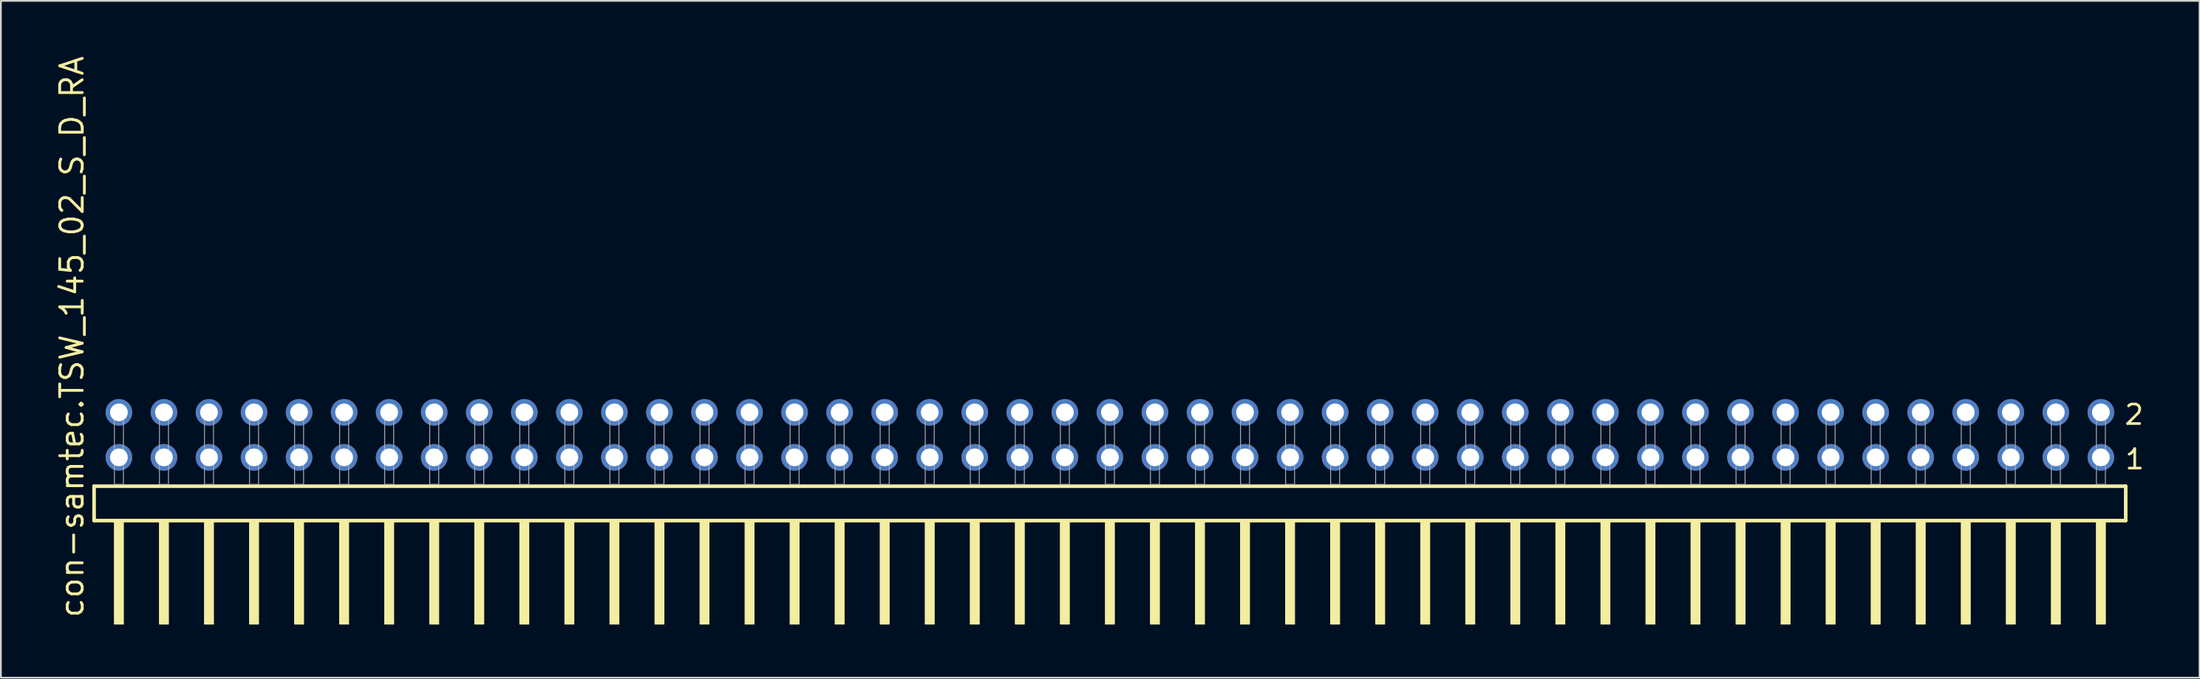
<source format=kicad_pcb>
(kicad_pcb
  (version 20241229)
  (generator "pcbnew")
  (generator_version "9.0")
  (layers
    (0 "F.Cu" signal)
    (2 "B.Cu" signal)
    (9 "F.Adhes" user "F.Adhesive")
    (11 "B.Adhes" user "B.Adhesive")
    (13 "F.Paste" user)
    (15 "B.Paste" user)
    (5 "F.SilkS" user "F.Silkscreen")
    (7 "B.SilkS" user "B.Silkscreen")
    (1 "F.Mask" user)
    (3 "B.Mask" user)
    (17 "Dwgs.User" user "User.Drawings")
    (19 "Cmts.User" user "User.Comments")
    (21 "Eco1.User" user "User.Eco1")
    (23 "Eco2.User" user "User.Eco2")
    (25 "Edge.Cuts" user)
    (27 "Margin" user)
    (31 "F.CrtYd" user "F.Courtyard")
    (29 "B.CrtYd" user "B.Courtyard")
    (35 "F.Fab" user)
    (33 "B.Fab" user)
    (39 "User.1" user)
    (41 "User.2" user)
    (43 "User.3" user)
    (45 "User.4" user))
  (footprint "con-samtec.TSW_145_02_S_D_RA"
    (layer "F.Cu")
    (at 59.535 24.296)
    (property "Reference" "con-samtec.TSW_145_02_S_D_RA" (at -57.785 7.62 90) (layer "F.SilkS") (effects (font (size 1.27 1.27) (thickness 0.16)) (justify left bottom)))
    (attr through_hole)
    (fp_line (start -57.279 0.106) (end -57.279 2.046) (stroke (width 0.203) (type default)) (layer "F.SilkS"))
    (fp_line (start -57.279 2.046) (end 57.279 2.046) (stroke (width 0.203) (type default)) (layer "F.SilkS"))
    (fp_line (start 57.279 0.106) (end -57.279 0.106) (stroke (width 0.203) (type default)) (layer "F.SilkS"))
    (fp_line (start 57.279 2.046) (end 57.279 0.106) (stroke (width 0.203) (type default)) (layer "F.SilkS"))
    (fp_rect (start -56.134 7.89) (end -55.626 2.04) (stroke (width 0.05) (type default)) (fill yes) (layer "F.SilkS"))
    (fp_rect (start -53.594 7.89) (end -53.086 2.04) (stroke (width 0.05) (type default)) (fill yes) (layer "F.SilkS"))
    (fp_rect (start -51.054 7.89) (end -50.546 2.04) (stroke (width 0.05) (type default)) (fill yes) (layer "F.SilkS"))
    (fp_rect (start -48.514 7.89) (end -48.006 2.04) (stroke (width 0.05) (type default)) (fill yes) (layer "F.SilkS"))
    (fp_rect (start -45.974 7.89) (end -45.466 2.04) (stroke (width 0.05) (type default)) (fill yes) (layer "F.SilkS"))
    (fp_rect (start -43.434 7.89) (end -42.926 2.04) (stroke (width 0.05) (type default)) (fill yes) (layer "F.SilkS"))
    (fp_rect (start -40.894 7.89) (end -40.386 2.04) (stroke (width 0.05) (type default)) (fill yes) (layer "F.SilkS"))
    (fp_rect (start -38.354 7.89) (end -37.846 2.04) (stroke (width 0.05) (type default)) (fill yes) (layer "F.SilkS"))
    (fp_rect (start -35.814 7.89) (end -35.306 2.04) (stroke (width 0.05) (type default)) (fill yes) (layer "F.SilkS"))
    (fp_rect (start -33.274 7.89) (end -32.766 2.04) (stroke (width 0.05) (type default)) (fill yes) (layer "F.SilkS"))
    (fp_rect (start -30.734 7.89) (end -30.226 2.04) (stroke (width 0.05) (type default)) (fill yes) (layer "F.SilkS"))
    (fp_rect (start -28.194 7.89) (end -27.686 2.04) (stroke (width 0.05) (type default)) (fill yes) (layer "F.SilkS"))
    (fp_rect (start -25.654 7.89) (end -25.146 2.04) (stroke (width 0.05) (type default)) (fill yes) (layer "F.SilkS"))
    (fp_rect (start -23.114 7.89) (end -22.606 2.04) (stroke (width 0.05) (type default)) (fill yes) (layer "F.SilkS"))
    (fp_rect (start -20.574 7.89) (end -20.066 2.04) (stroke (width 0.05) (type default)) (fill yes) (layer "F.SilkS"))
    (fp_rect (start -18.034 7.89) (end -17.526 2.04) (stroke (width 0.05) (type default)) (fill yes) (layer "F.SilkS"))
    (fp_rect (start -15.494 7.89) (end -14.986 2.04) (stroke (width 0.05) (type default)) (fill yes) (layer "F.SilkS"))
    (fp_rect (start -12.954 7.89) (end -12.446 2.04) (stroke (width 0.05) (type default)) (fill yes) (layer "F.SilkS"))
    (fp_rect (start -10.414 7.89) (end -9.906 2.04) (stroke (width 0.05) (type default)) (fill yes) (layer "F.SilkS"))
    (fp_rect (start -7.874 7.89) (end -7.366 2.04) (stroke (width 0.05) (type default)) (fill yes) (layer "F.SilkS"))
    (fp_rect (start -5.334 7.89) (end -4.826 2.04) (stroke (width 0.05) (type default)) (fill yes) (layer "F.SilkS"))
    (fp_rect (start -2.794 7.89) (end -2.286 2.04) (stroke (width 0.05) (type default)) (fill yes) (layer "F.SilkS"))
    (fp_rect (start -0.254 7.89) (end 0.254 2.04) (stroke (width 0.05) (type default)) (fill yes) (layer "F.SilkS"))
    (fp_rect (start 2.286 7.89) (end 2.794 2.04) (stroke (width 0.05) (type default)) (fill yes) (layer "F.SilkS"))
    (fp_rect (start 4.826 7.89) (end 5.334 2.04) (stroke (width 0.05) (type default)) (fill yes) (layer "F.SilkS"))
    (fp_rect (start 7.366 7.89) (end 7.874 2.04) (stroke (width 0.05) (type default)) (fill yes) (layer "F.SilkS"))
    (fp_rect (start 9.906 7.89) (end 10.414 2.04) (stroke (width 0.05) (type default)) (fill yes) (layer "F.SilkS"))
    (fp_rect (start 12.446 7.89) (end 12.954 2.04) (stroke (width 0.05) (type default)) (fill yes) (layer "F.SilkS"))
    (fp_rect (start 14.986 7.89) (end 15.494 2.04) (stroke (width 0.05) (type default)) (fill yes) (layer "F.SilkS"))
    (fp_rect (start 17.526 7.89) (end 18.034 2.04) (stroke (width 0.05) (type default)) (fill yes) (layer "F.SilkS"))
    (fp_rect (start 20.066 7.89) (end 20.574 2.04) (stroke (width 0.05) (type default)) (fill yes) (layer "F.SilkS"))
    (fp_rect (start 22.606 7.89) (end 23.114 2.04) (stroke (width 0.05) (type default)) (fill yes) (layer "F.SilkS"))
    (fp_rect (start 25.146 7.89) (end 25.654 2.04) (stroke (width 0.05) (type default)) (fill yes) (layer "F.SilkS"))
    (fp_rect (start 27.686 7.89) (end 28.194 2.04) (stroke (width 0.05) (type default)) (fill yes) (layer "F.SilkS"))
    (fp_rect (start 30.226 7.89) (end 30.734 2.04) (stroke (width 0.05) (type default)) (fill yes) (layer "F.SilkS"))
    (fp_rect (start 32.766 7.89) (end 33.274 2.04) (stroke (width 0.05) (type default)) (fill yes) (layer "F.SilkS"))
    (fp_rect (start 35.306 7.89) (end 35.814 2.04) (stroke (width 0.05) (type default)) (fill yes) (layer "F.SilkS"))
    (fp_rect (start 37.846 7.89) (end 38.354 2.04) (stroke (width 0.05) (type default)) (fill yes) (layer "F.SilkS"))
    (fp_rect (start 40.386 7.89) (end 40.894 2.04) (stroke (width 0.05) (type default)) (fill yes) (layer "F.SilkS"))
    (fp_rect (start 42.926 7.89) (end 43.434 2.04) (stroke (width 0.05) (type default)) (fill yes) (layer "F.SilkS"))
    (fp_rect (start 45.466 7.89) (end 45.974 2.04) (stroke (width 0.05) (type default)) (fill yes) (layer "F.SilkS"))
    (fp_rect (start 48.006 7.89) (end 48.514 2.04) (stroke (width 0.05) (type default)) (fill yes) (layer "F.SilkS"))
    (fp_rect (start 50.546 7.89) (end 51.054 2.04) (stroke (width 0.05) (type default)) (fill yes) (layer "F.SilkS"))
    (fp_rect (start 53.086 7.89) (end 53.594 2.04) (stroke (width 0.05) (type default)) (fill yes) (layer "F.SilkS"))
    (fp_rect (start 55.626 7.89) (end 56.134 2.04) (stroke (width 0.05) (type default)) (fill yes) (layer "F.SilkS"))
    (fp_rect (start -56.134 0) (end -55.626 -4.318) (stroke (width 0.05) (type default)) (fill no) (layer "F.Fab"))
    (fp_rect (start -53.594 0) (end -53.086 -4.318) (stroke (width 0.05) (type default)) (fill no) (layer "F.Fab"))
    (fp_rect (start -51.054 0) (end -50.546 -4.318) (stroke (width 0.05) (type default)) (fill no) (layer "F.Fab"))
    (fp_rect (start -48.514 0) (end -48.006 -4.318) (stroke (width 0.05) (type default)) (fill no) (layer "F.Fab"))
    (fp_rect (start -45.974 0) (end -45.466 -4.318) (stroke (width 0.05) (type default)) (fill no) (layer "F.Fab"))
    (fp_rect (start -43.434 0) (end -42.926 -4.318) (stroke (width 0.05) (type default)) (fill no) (layer "F.Fab"))
    (fp_rect (start -40.894 0) (end -40.386 -4.318) (stroke (width 0.05) (type default)) (fill no) (layer "F.Fab"))
    (fp_rect (start -38.354 0) (end -37.846 -4.318) (stroke (width 0.05) (type default)) (fill no) (layer "F.Fab"))
    (fp_rect (start -35.814 0) (end -35.306 -4.318) (stroke (width 0.05) (type default)) (fill no) (layer "F.Fab"))
    (fp_rect (start -33.274 0) (end -32.766 -4.318) (stroke (width 0.05) (type default)) (fill no) (layer "F.Fab"))
    (fp_rect (start -30.734 0) (end -30.226 -4.318) (stroke (width 0.05) (type default)) (fill no) (layer "F.Fab"))
    (fp_rect (start -28.194 0) (end -27.686 -4.318) (stroke (width 0.05) (type default)) (fill no) (layer "F.Fab"))
    (fp_rect (start -25.654 0) (end -25.146 -4.318) (stroke (width 0.05) (type default)) (fill no) (layer "F.Fab"))
    (fp_rect (start -23.114 0) (end -22.606 -4.318) (stroke (width 0.05) (type default)) (fill no) (layer "F.Fab"))
    (fp_rect (start -20.574 0) (end -20.066 -4.318) (stroke (width 0.05) (type default)) (fill no) (layer "F.Fab"))
    (fp_rect (start -18.034 0) (end -17.526 -4.318) (stroke (width 0.05) (type default)) (fill no) (layer "F.Fab"))
    (fp_rect (start -15.494 0) (end -14.986 -4.318) (stroke (width 0.05) (type default)) (fill no) (layer "F.Fab"))
    (fp_rect (start -12.954 0) (end -12.446 -4.318) (stroke (width 0.05) (type default)) (fill no) (layer "F.Fab"))
    (fp_rect (start -10.414 0) (end -9.906 -4.318) (stroke (width 0.05) (type default)) (fill no) (layer "F.Fab"))
    (fp_rect (start -7.874 0) (end -7.366 -4.318) (stroke (width 0.05) (type default)) (fill no) (layer "F.Fab"))
    (fp_rect (start -5.334 0) (end -4.826 -4.318) (stroke (width 0.05) (type default)) (fill no) (layer "F.Fab"))
    (fp_rect (start -2.794 0) (end -2.286 -4.318) (stroke (width 0.05) (type default)) (fill no) (layer "F.Fab"))
    (fp_rect (start -0.254 0) (end 0.254 -4.318) (stroke (width 0.05) (type default)) (fill no) (layer "F.Fab"))
    (fp_rect (start 2.286 0) (end 2.794 -4.318) (stroke (width 0.05) (type default)) (fill no) (layer "F.Fab"))
    (fp_rect (start 4.826 0) (end 5.334 -4.318) (stroke (width 0.05) (type default)) (fill no) (layer "F.Fab"))
    (fp_rect (start 7.366 0) (end 7.874 -4.318) (stroke (width 0.05) (type default)) (fill no) (layer "F.Fab"))
    (fp_rect (start 9.906 0) (end 10.414 -4.318) (stroke (width 0.05) (type default)) (fill no) (layer "F.Fab"))
    (fp_rect (start 12.446 0) (end 12.954 -4.318) (stroke (width 0.05) (type default)) (fill no) (layer "F.Fab"))
    (fp_rect (start 14.986 0) (end 15.494 -4.318) (stroke (width 0.05) (type default)) (fill no) (layer "F.Fab"))
    (fp_rect (start 17.526 0) (end 18.034 -4.318) (stroke (width 0.05) (type default)) (fill no) (layer "F.Fab"))
    (fp_rect (start 20.066 0) (end 20.574 -4.318) (stroke (width 0.05) (type default)) (fill no) (layer "F.Fab"))
    (fp_rect (start 22.606 0) (end 23.114 -4.318) (stroke (width 0.05) (type default)) (fill no) (layer "F.Fab"))
    (fp_rect (start 25.146 0) (end 25.654 -4.318) (stroke (width 0.05) (type default)) (fill no) (layer "F.Fab"))
    (fp_rect (start 27.686 0) (end 28.194 -4.318) (stroke (width 0.05) (type default)) (fill no) (layer "F.Fab"))
    (fp_rect (start 30.226 0) (end 30.734 -4.318) (stroke (width 0.05) (type default)) (fill no) (layer "F.Fab"))
    (fp_rect (start 32.766 0) (end 33.274 -4.318) (stroke (width 0.05) (type default)) (fill no) (layer "F.Fab"))
    (fp_rect (start 35.306 0) (end 35.814 -4.318) (stroke (width 0.05) (type default)) (fill no) (layer "F.Fab"))
    (fp_rect (start 37.846 0) (end 38.354 -4.318) (stroke (width 0.05) (type default)) (fill no) (layer "F.Fab"))
    (fp_rect (start 40.386 0) (end 40.894 -4.318) (stroke (width 0.05) (type default)) (fill no) (layer "F.Fab"))
    (fp_rect (start 42.926 0) (end 43.434 -4.318) (stroke (width 0.05) (type default)) (fill no) (layer "F.Fab"))
    (fp_rect (start 45.466 0) (end 45.974 -4.318) (stroke (width 0.05) (type default)) (fill no) (layer "F.Fab"))
    (fp_rect (start 48.006 0) (end 48.514 -4.318) (stroke (width 0.05) (type default)) (fill no) (layer "F.Fab"))
    (fp_rect (start 50.546 0) (end 51.054 -4.318) (stroke (width 0.05) (type default)) (fill no) (layer "F.Fab"))
    (fp_rect (start 53.086 0) (end 53.594 -4.318) (stroke (width 0.05) (type default)) (fill no) (layer "F.Fab"))
    (fp_rect (start 55.626 0) (end 56.134 -4.318) (stroke (width 0.05) (type default)) (fill no) (layer "F.Fab"))
    (fp_text user "2" (at 57.13 -3.29 0) (layer "F.SilkS") (effects (font (size 1.1 1.1) (thickness 0.15)) (justify left bottom)))
    (fp_text user "1" (at 57.165 -0.775 0) (layer "F.SilkS") (effects (font (size 1.1 1.1) (thickness 0.15)) (justify left bottom)))
    (pad "1" thru_hole circle (at 55.88 -1.524 180) (size 1.5 1.5) (drill 1) (layers "*.Cu" "*.Mask"))
    (pad "2" thru_hole circle (at 55.88 -4.064 180) (size 1.5 1.5) (drill 1) (layers "*.Cu" "*.Mask"))
    (pad "3" thru_hole circle (at 53.34 -1.524 180) (size 1.5 1.5) (drill 1) (layers "*.Cu" "*.Mask"))
    (pad "4" thru_hole circle (at 53.34 -4.064 180) (size 1.5 1.5) (drill 1) (layers "*.Cu" "*.Mask"))
    (pad "5" thru_hole circle (at 50.8 -1.524 180) (size 1.5 1.5) (drill 1) (layers "*.Cu" "*.Mask"))
    (pad "6" thru_hole circle (at 50.8 -4.064 180) (size 1.5 1.5) (drill 1) (layers "*.Cu" "*.Mask"))
    (pad "7" thru_hole circle (at 48.26 -1.524 180) (size 1.5 1.5) (drill 1) (layers "*.Cu" "*.Mask"))
    (pad "8" thru_hole circle (at 48.26 -4.064 180) (size 1.5 1.5) (drill 1) (layers "*.Cu" "*.Mask"))
    (pad "9" thru_hole circle (at 45.72 -1.524 180) (size 1.5 1.5) (drill 1) (layers "*.Cu" "*.Mask"))
    (pad "10" thru_hole circle (at 45.72 -4.064 180) (size 1.5 1.5) (drill 1) (layers "*.Cu" "*.Mask"))
    (pad "11" thru_hole circle (at 43.18 -1.524 180) (size 1.5 1.5) (drill 1) (layers "*.Cu" "*.Mask"))
    (pad "12" thru_hole circle (at 43.18 -4.064 180) (size 1.5 1.5) (drill 1) (layers "*.Cu" "*.Mask"))
    (pad "13" thru_hole circle (at 40.64 -1.524 180) (size 1.5 1.5) (drill 1) (layers "*.Cu" "*.Mask"))
    (pad "14" thru_hole circle (at 40.64 -4.064 180) (size 1.5 1.5) (drill 1) (layers "*.Cu" "*.Mask"))
    (pad "15" thru_hole circle (at 38.1 -1.524 180) (size 1.5 1.5) (drill 1) (layers "*.Cu" "*.Mask"))
    (pad "16" thru_hole circle (at 38.1 -4.064 180) (size 1.5 1.5) (drill 1) (layers "*.Cu" "*.Mask"))
    (pad "17" thru_hole circle (at 35.56 -1.524 180) (size 1.5 1.5) (drill 1) (layers "*.Cu" "*.Mask"))
    (pad "18" thru_hole circle (at 35.56 -4.064 180) (size 1.5 1.5) (drill 1) (layers "*.Cu" "*.Mask"))
    (pad "19" thru_hole circle (at 33.02 -1.524 180) (size 1.5 1.5) (drill 1) (layers "*.Cu" "*.Mask"))
    (pad "20" thru_hole circle (at 33.02 -4.064 180) (size 1.5 1.5) (drill 1) (layers "*.Cu" "*.Mask"))
    (pad "21" thru_hole circle (at 30.48 -1.524 180) (size 1.5 1.5) (drill 1) (layers "*.Cu" "*.Mask"))
    (pad "22" thru_hole circle (at 30.48 -4.064 180) (size 1.5 1.5) (drill 1) (layers "*.Cu" "*.Mask"))
    (pad "23" thru_hole circle (at 27.94 -1.524 180) (size 1.5 1.5) (drill 1) (layers "*.Cu" "*.Mask"))
    (pad "24" thru_hole circle (at 27.94 -4.064 180) (size 1.5 1.5) (drill 1) (layers "*.Cu" "*.Mask"))
    (pad "25" thru_hole circle (at 25.4 -1.524 180) (size 1.5 1.5) (drill 1) (layers "*.Cu" "*.Mask"))
    (pad "26" thru_hole circle (at 25.4 -4.064 180) (size 1.5 1.5) (drill 1) (layers "*.Cu" "*.Mask"))
    (pad "27" thru_hole circle (at 22.86 -1.524 180) (size 1.5 1.5) (drill 1) (layers "*.Cu" "*.Mask"))
    (pad "28" thru_hole circle (at 22.86 -4.064 180) (size 1.5 1.5) (drill 1) (layers "*.Cu" "*.Mask"))
    (pad "29" thru_hole circle (at 20.32 -1.524 180) (size 1.5 1.5) (drill 1) (layers "*.Cu" "*.Mask"))
    (pad "30" thru_hole circle (at 20.32 -4.064 180) (size 1.5 1.5) (drill 1) (layers "*.Cu" "*.Mask"))
    (pad "31" thru_hole circle (at 17.78 -1.524 180) (size 1.5 1.5) (drill 1) (layers "*.Cu" "*.Mask"))
    (pad "32" thru_hole circle (at 17.78 -4.064 180) (size 1.5 1.5) (drill 1) (layers "*.Cu" "*.Mask"))
    (pad "33" thru_hole circle (at 15.24 -1.524 180) (size 1.5 1.5) (drill 1) (layers "*.Cu" "*.Mask"))
    (pad "34" thru_hole circle (at 15.24 -4.064 180) (size 1.5 1.5) (drill 1) (layers "*.Cu" "*.Mask"))
    (pad "35" thru_hole circle (at 12.7 -1.524 180) (size 1.5 1.5) (drill 1) (layers "*.Cu" "*.Mask"))
    (pad "36" thru_hole circle (at 12.7 -4.064 180) (size 1.5 1.5) (drill 1) (layers "*.Cu" "*.Mask"))
    (pad "37" thru_hole circle (at 10.16 -1.524 180) (size 1.5 1.5) (drill 1) (layers "*.Cu" "*.Mask"))
    (pad "38" thru_hole circle (at 10.16 -4.064 180) (size 1.5 1.5) (drill 1) (layers "*.Cu" "*.Mask"))
    (pad "39" thru_hole circle (at 7.62 -1.524 180) (size 1.5 1.5) (drill 1) (layers "*.Cu" "*.Mask"))
    (pad "40" thru_hole circle (at 7.62 -4.064 180) (size 1.5 1.5) (drill 1) (layers "*.Cu" "*.Mask"))
    (pad "41" thru_hole circle (at 5.08 -1.524 180) (size 1.5 1.5) (drill 1) (layers "*.Cu" "*.Mask"))
    (pad "42" thru_hole circle (at 5.08 -4.064 180) (size 1.5 1.5) (drill 1) (layers "*.Cu" "*.Mask"))
    (pad "43" thru_hole circle (at 2.54 -1.524 180) (size 1.5 1.5) (drill 1) (layers "*.Cu" "*.Mask"))
    (pad "44" thru_hole circle (at 2.54 -4.064 180) (size 1.5 1.5) (drill 1) (layers "*.Cu" "*.Mask"))
    (pad "45" thru_hole circle (at 0 -1.524 180) (size 1.5 1.5) (drill 1) (layers "*.Cu" "*.Mask"))
    (pad "46" thru_hole circle (at 0 -4.064 180) (size 1.5 1.5) (drill 1) (layers "*.Cu" "*.Mask"))
    (pad "47" thru_hole circle (at -2.54 -1.524 180) (size 1.5 1.5) (drill 1) (layers "*.Cu" "*.Mask"))
    (pad "48" thru_hole circle (at -2.54 -4.064 180) (size 1.5 1.5) (drill 1) (layers "*.Cu" "*.Mask"))
    (pad "49" thru_hole circle (at -5.08 -1.524 180) (size 1.5 1.5) (drill 1) (layers "*.Cu" "*.Mask"))
    (pad "50" thru_hole circle (at -5.08 -4.064 180) (size 1.5 1.5) (drill 1) (layers "*.Cu" "*.Mask"))
    (pad "51" thru_hole circle (at -7.62 -1.524 180) (size 1.5 1.5) (drill 1) (layers "*.Cu" "*.Mask"))
    (pad "52" thru_hole circle (at -7.62 -4.064 180) (size 1.5 1.5) (drill 1) (layers "*.Cu" "*.Mask"))
    (pad "53" thru_hole circle (at -10.16 -1.524 180) (size 1.5 1.5) (drill 1) (layers "*.Cu" "*.Mask"))
    (pad "54" thru_hole circle (at -10.16 -4.064 180) (size 1.5 1.5) (drill 1) (layers "*.Cu" "*.Mask"))
    (pad "55" thru_hole circle (at -12.7 -1.524 180) (size 1.5 1.5) (drill 1) (layers "*.Cu" "*.Mask"))
    (pad "56" thru_hole circle (at -12.7 -4.064 180) (size 1.5 1.5) (drill 1) (layers "*.Cu" "*.Mask"))
    (pad "57" thru_hole circle (at -15.24 -1.524 180) (size 1.5 1.5) (drill 1) (layers "*.Cu" "*.Mask"))
    (pad "58" thru_hole circle (at -15.24 -4.064 180) (size 1.5 1.5) (drill 1) (layers "*.Cu" "*.Mask"))
    (pad "59" thru_hole circle (at -17.78 -1.524 180) (size 1.5 1.5) (drill 1) (layers "*.Cu" "*.Mask"))
    (pad "60" thru_hole circle (at -17.78 -4.064 180) (size 1.5 1.5) (drill 1) (layers "*.Cu" "*.Mask"))
    (pad "61" thru_hole circle (at -20.32 -1.524 180) (size 1.5 1.5) (drill 1) (layers "*.Cu" "*.Mask"))
    (pad "62" thru_hole circle (at -20.32 -4.064 180) (size 1.5 1.5) (drill 1) (layers "*.Cu" "*.Mask"))
    (pad "63" thru_hole circle (at -22.86 -1.524 180) (size 1.5 1.5) (drill 1) (layers "*.Cu" "*.Mask"))
    (pad "64" thru_hole circle (at -22.86 -4.064 180) (size 1.5 1.5) (drill 1) (layers "*.Cu" "*.Mask"))
    (pad "65" thru_hole circle (at -25.4 -1.524 180) (size 1.5 1.5) (drill 1) (layers "*.Cu" "*.Mask"))
    (pad "66" thru_hole circle (at -25.4 -4.064 180) (size 1.5 1.5) (drill 1) (layers "*.Cu" "*.Mask"))
    (pad "67" thru_hole circle (at -27.94 -1.524 180) (size 1.5 1.5) (drill 1) (layers "*.Cu" "*.Mask"))
    (pad "68" thru_hole circle (at -27.94 -4.064 180) (size 1.5 1.5) (drill 1) (layers "*.Cu" "*.Mask"))
    (pad "69" thru_hole circle (at -30.48 -1.524 180) (size 1.5 1.5) (drill 1) (layers "*.Cu" "*.Mask"))
    (pad "70" thru_hole circle (at -30.48 -4.064 180) (size 1.5 1.5) (drill 1) (layers "*.Cu" "*.Mask"))
    (pad "71" thru_hole circle (at -33.02 -1.524 180) (size 1.5 1.5) (drill 1) (layers "*.Cu" "*.Mask"))
    (pad "72" thru_hole circle (at -33.02 -4.064 180) (size 1.5 1.5) (drill 1) (layers "*.Cu" "*.Mask"))
    (pad "73" thru_hole circle (at -35.56 -1.524 180) (size 1.5 1.5) (drill 1) (layers "*.Cu" "*.Mask"))
    (pad "74" thru_hole circle (at -35.56 -4.064 180) (size 1.5 1.5) (drill 1) (layers "*.Cu" "*.Mask"))
    (pad "75" thru_hole circle (at -38.1 -1.524 180) (size 1.5 1.5) (drill 1) (layers "*.Cu" "*.Mask"))
    (pad "76" thru_hole circle (at -38.1 -4.064 180) (size 1.5 1.5) (drill 1) (layers "*.Cu" "*.Mask"))
    (pad "77" thru_hole circle (at -40.64 -1.524 180) (size 1.5 1.5) (drill 1) (layers "*.Cu" "*.Mask"))
    (pad "78" thru_hole circle (at -40.64 -4.064 180) (size 1.5 1.5) (drill 1) (layers "*.Cu" "*.Mask"))
    (pad "79" thru_hole circle (at -43.18 -1.524 180) (size 1.5 1.5) (drill 1) (layers "*.Cu" "*.Mask"))
    (pad "80" thru_hole circle (at -43.18 -4.064 180) (size 1.5 1.5) (drill 1) (layers "*.Cu" "*.Mask"))
    (pad "81" thru_hole circle (at -45.72 -1.524 180) (size 1.5 1.5) (drill 1) (layers "*.Cu" "*.Mask"))
    (pad "82" thru_hole circle (at -45.72 -4.064 180) (size 1.5 1.5) (drill 1) (layers "*.Cu" "*.Mask"))
    (pad "83" thru_hole circle (at -48.26 -1.524 180) (size 1.5 1.5) (drill 1) (layers "*.Cu" "*.Mask"))
    (pad "84" thru_hole circle (at -48.26 -4.064 180) (size 1.5 1.5) (drill 1) (layers "*.Cu" "*.Mask"))
    (pad "85" thru_hole circle (at -50.8 -1.524 180) (size 1.5 1.5) (drill 1) (layers "*.Cu" "*.Mask"))
    (pad "86" thru_hole circle (at -50.8 -4.064 180) (size 1.5 1.5) (drill 1) (layers "*.Cu" "*.Mask"))
    (pad "87" thru_hole circle (at -53.34 -1.524 180) (size 1.5 1.5) (drill 1) (layers "*.Cu" "*.Mask"))
    (pad "88" thru_hole circle (at -53.34 -4.064 180) (size 1.5 1.5) (drill 1) (layers "*.Cu" "*.Mask"))
    (pad "89" thru_hole circle (at -55.88 -1.524 180) (size 1.5 1.5) (drill 1) (layers "*.Cu" "*.Mask"))
    (pad "90" thru_hole circle (at -55.88 -4.064 180) (size 1.5 1.5) (drill 1) (layers "*.Cu" "*.Mask")))
  (gr_rect
    (start -3 -3)
    (end 120.978 35.211)
    (stroke (width 0.1) (type default))
    (fill no)
    (layer "Edge.Cuts")))
</source>
